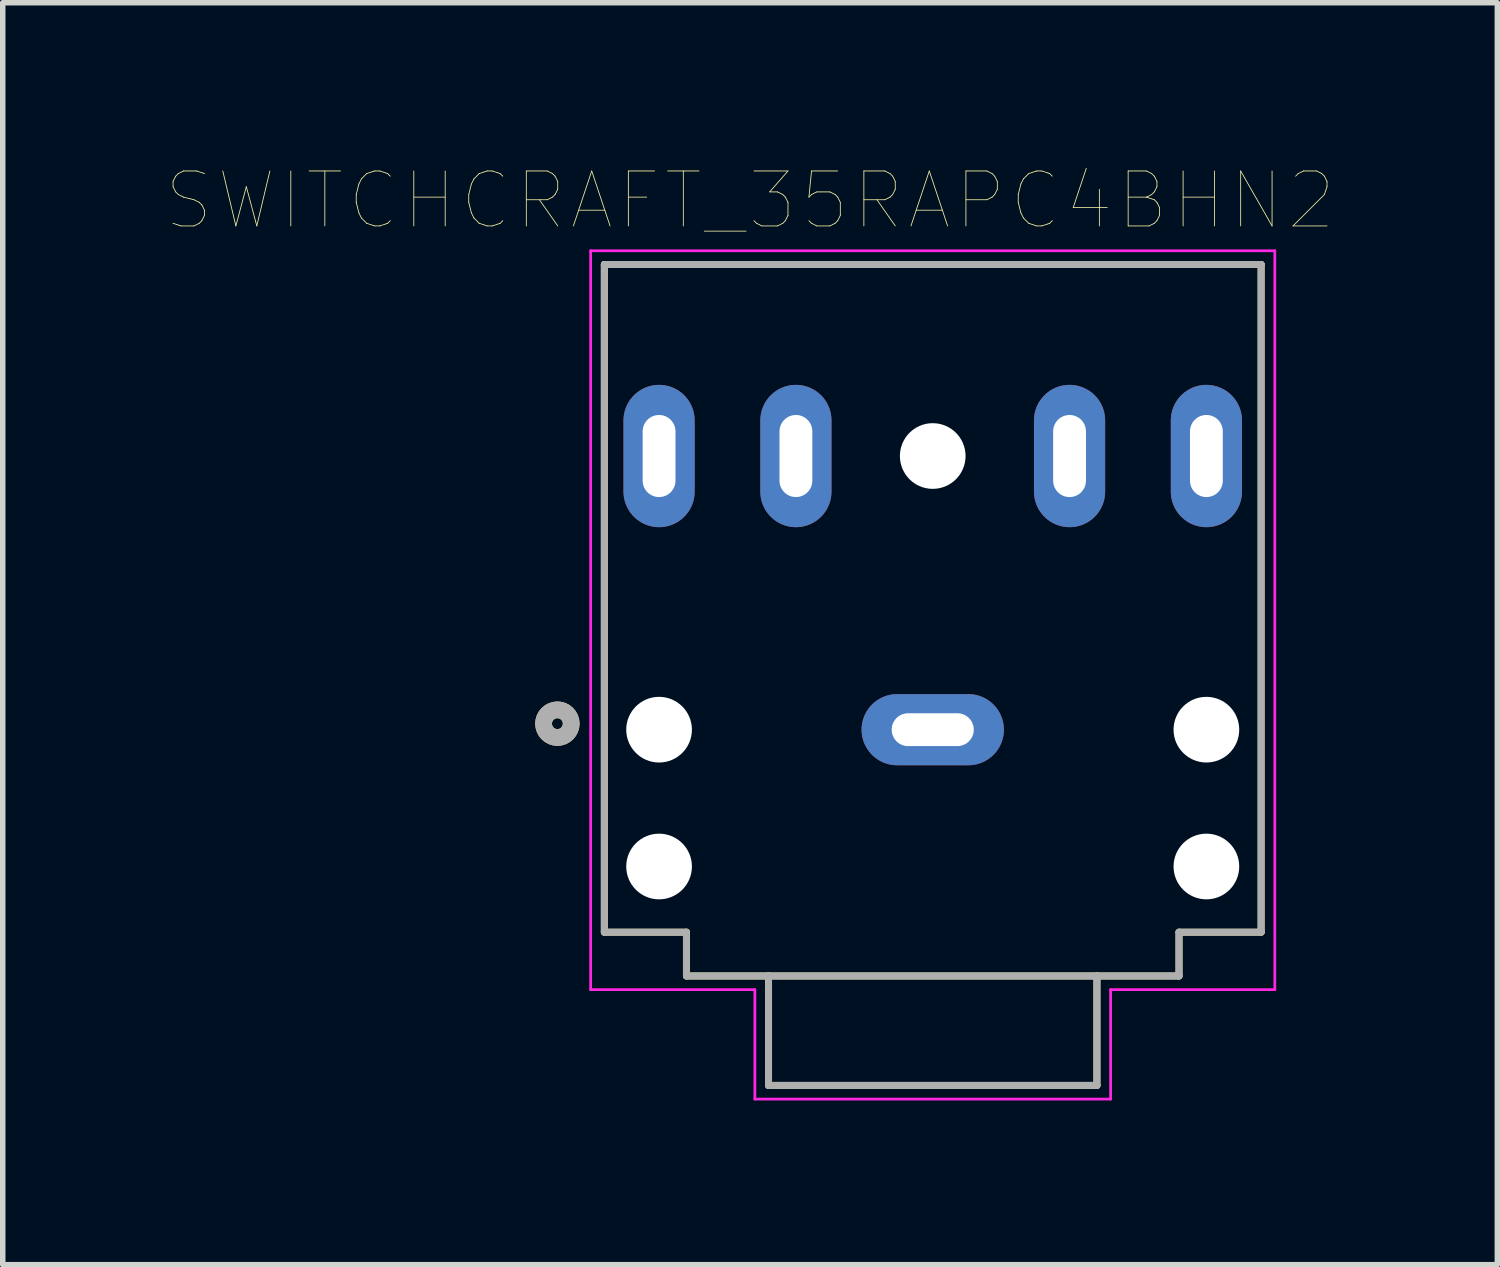
<source format=kicad_pcb>
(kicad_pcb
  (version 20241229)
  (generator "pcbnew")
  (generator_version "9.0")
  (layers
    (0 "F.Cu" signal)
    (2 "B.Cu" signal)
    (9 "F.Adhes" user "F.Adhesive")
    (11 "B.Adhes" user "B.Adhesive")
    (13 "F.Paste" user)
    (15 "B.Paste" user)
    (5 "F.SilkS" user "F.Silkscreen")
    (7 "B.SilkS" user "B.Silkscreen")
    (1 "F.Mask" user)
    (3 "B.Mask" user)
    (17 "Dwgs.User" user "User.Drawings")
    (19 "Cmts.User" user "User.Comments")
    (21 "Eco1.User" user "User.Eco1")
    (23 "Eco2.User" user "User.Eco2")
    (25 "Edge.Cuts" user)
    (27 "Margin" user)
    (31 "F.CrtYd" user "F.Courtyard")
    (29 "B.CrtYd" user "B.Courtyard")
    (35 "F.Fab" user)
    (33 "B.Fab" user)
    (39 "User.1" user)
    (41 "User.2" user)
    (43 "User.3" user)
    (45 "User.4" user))
  (footprint "SWITCHCRAFT_35RAPC4BHN2"
    (layer "F.Cu")
    (at 13.992 9.282)
    (property "Reference" "SWITCHCRAFT_35RAPC4BHN2" (at -3.338 -8.668 0) (layer "F.SilkS") (effects (font (size 1.004 1.004) (thickness 0.015))))
    (attr through_hole)
    (fp_line (start -6 -7.5) (end 6 -7.5) (stroke (width 0.127) (type solid)) (layer "F.SilkS"))
    (fp_line (start -6 4.7) (end -6 -7.5) (stroke (width 0.127) (type solid)) (layer "F.SilkS"))
    (fp_line (start -4.5 4.7) (end -6 4.7) (stroke (width 0.127) (type solid)) (layer "F.SilkS"))
    (fp_line (start -4.5 5.5) (end -4.5 4.7) (stroke (width 0.127) (type solid)) (layer "F.SilkS"))
    (fp_line (start -4.5 5.5) (end -3 5.5) (stroke (width 0.127) (type solid)) (layer "F.SilkS"))
    (fp_line (start -3 5.5) (end 3 5.5) (stroke (width 0.127) (type solid)) (layer "F.SilkS"))
    (fp_line (start -3 7.5) (end -3 5.5) (stroke (width 0.127) (type solid)) (layer "F.SilkS"))
    (fp_line (start -3 7.5) (end 3 7.5) (stroke (width 0.127) (type solid)) (layer "F.SilkS"))
    (fp_line (start 3 5.5) (end 4.5 5.5) (stroke (width 0.127) (type solid)) (layer "F.SilkS"))
    (fp_line (start 3 7.5) (end 3 5.5) (stroke (width 0.127) (type solid)) (layer "F.SilkS"))
    (fp_line (start 4.5 4.7) (end 4.5 5.5) (stroke (width 0.127) (type solid)) (layer "F.SilkS"))
    (fp_line (start 6 -7.5) (end 6 4.7) (stroke (width 0.127) (type solid)) (layer "F.SilkS"))
    (fp_line (start 6 4.7) (end 4.5 4.7) (stroke (width 0.127) (type solid)) (layer "F.SilkS"))
    (fp_circle (center -6.858 0.89) (end -6.758 0.89) (stroke (width 0.305) (type solid)) (fill no) (layer "F.SilkS"))
    (fp_line (start -6.25 -7.75) (end 6.25 -7.75) (stroke (width 0.05) (type solid)) (layer "F.CrtYd"))
    (fp_line (start -6.25 5.75) (end -6.25 -7.75) (stroke (width 0.05) (type solid)) (layer "F.CrtYd"))
    (fp_line (start -3.25 5.75) (end -6.25 5.75) (stroke (width 0.05) (type solid)) (layer "F.CrtYd"))
    (fp_line (start -3.25 7.75) (end -3.25 5.75) (stroke (width 0.05) (type solid)) (layer "F.CrtYd"))
    (fp_line (start 3.25 5.75) (end 3.25 7.75) (stroke (width 0.05) (type solid)) (layer "F.CrtYd"))
    (fp_line (start 3.25 7.75) (end -3.25 7.75) (stroke (width 0.05) (type solid)) (layer "F.CrtYd"))
    (fp_line (start 6.25 -7.75) (end 6.25 5.75) (stroke (width 0.05) (type solid)) (layer "F.CrtYd"))
    (fp_line (start 6.25 5.75) (end 3.25 5.75) (stroke (width 0.05) (type solid)) (layer "F.CrtYd"))
    (fp_line (start -6 -7.5) (end 6 -7.5) (stroke (width 0.127) (type solid)) (layer "F.Fab"))
    (fp_line (start -6 4.7) (end -6 -7.5) (stroke (width 0.127) (type solid)) (layer "F.Fab"))
    (fp_line (start -4.5 4.7) (end -6 4.7) (stroke (width 0.127) (type solid)) (layer "F.Fab"))
    (fp_line (start -4.5 5.5) (end -4.5 4.7) (stroke (width 0.127) (type solid)) (layer "F.Fab"))
    (fp_line (start -4.5 5.5) (end -3 5.5) (stroke (width 0.127) (type solid)) (layer "F.Fab"))
    (fp_line (start -3 5.5) (end 3 5.5) (stroke (width 0.127) (type solid)) (layer "F.Fab"))
    (fp_line (start -3 7.5) (end -3 5.5) (stroke (width 0.127) (type solid)) (layer "F.Fab"))
    (fp_line (start -3 7.5) (end 3 7.5) (stroke (width 0.127) (type solid)) (layer "F.Fab"))
    (fp_line (start 3 5.5) (end 4.5 5.5) (stroke (width 0.127) (type solid)) (layer "F.Fab"))
    (fp_line (start 3 7.5) (end 3 5.5) (stroke (width 0.127) (type solid)) (layer "F.Fab"))
    (fp_line (start 4.5 4.7) (end 4.5 5.5) (stroke (width 0.127) (type solid)) (layer "F.Fab"))
    (fp_line (start 6 -7.5) (end 6 4.7) (stroke (width 0.127) (type solid)) (layer "F.Fab"))
    (fp_line (start 6 4.7) (end 4.5 4.7) (stroke (width 0.127) (type solid)) (layer "F.Fab"))
    (fp_circle (center -6.858 0.89) (end -6.758 0.89) (stroke (width 0.305) (type solid)) (fill no) (layer "F.Fab"))
    (pad "" np_thru_hole circle (at -5 1) (size 1.2 1.2) (drill 1.2) (layers "*.Cu" "*.Mask"))
    (pad "" np_thru_hole circle (at -5 3.5) (size 1.2 1.2) (drill 1.2) (layers "*.Cu" "*.Mask"))
    (pad "" np_thru_hole circle (at 0 -4) (size 1.2 1.2) (drill 1.2) (layers "*.Cu" "*.Mask"))
    (pad "" np_thru_hole circle (at 5 1) (size 1.2 1.2) (drill 1.2) (layers "*.Cu" "*.Mask"))
    (pad "" np_thru_hole circle (at 5 3.5) (size 1.2 1.2) (drill 1.2) (layers "*.Cu" "*.Mask"))
    (pad "1" thru_hole oval (at 0 1) (size 2.6 1.3) (drill oval 1.5 0.6) (layers "*.Cu" "*.Mask"))
    (pad "2" thru_hole oval (at 5 -4) (size 1.3 2.6) (drill oval 0.6 1.5) (layers "*.Cu" "*.Mask"))
    (pad "3" thru_hole oval (at -5 -4) (size 1.3 2.6) (drill oval 0.6 1.5) (layers "*.Cu" "*.Mask"))
    (pad "10" thru_hole oval (at 2.5 -4) (size 1.3 2.6) (drill oval 0.6 1.5) (layers "*.Cu" "*.Mask"))
    (pad "11" thru_hole oval (at -2.5 -4) (size 1.3 2.6) (drill oval 0.6 1.5) (layers "*.Cu" "*.Mask")))
  (gr_rect
    (start -3 -3)
    (end 24.308 20.057)
    (stroke (width 0.1) (type default))
    (fill no)
    (layer "Edge.Cuts")))
</source>
